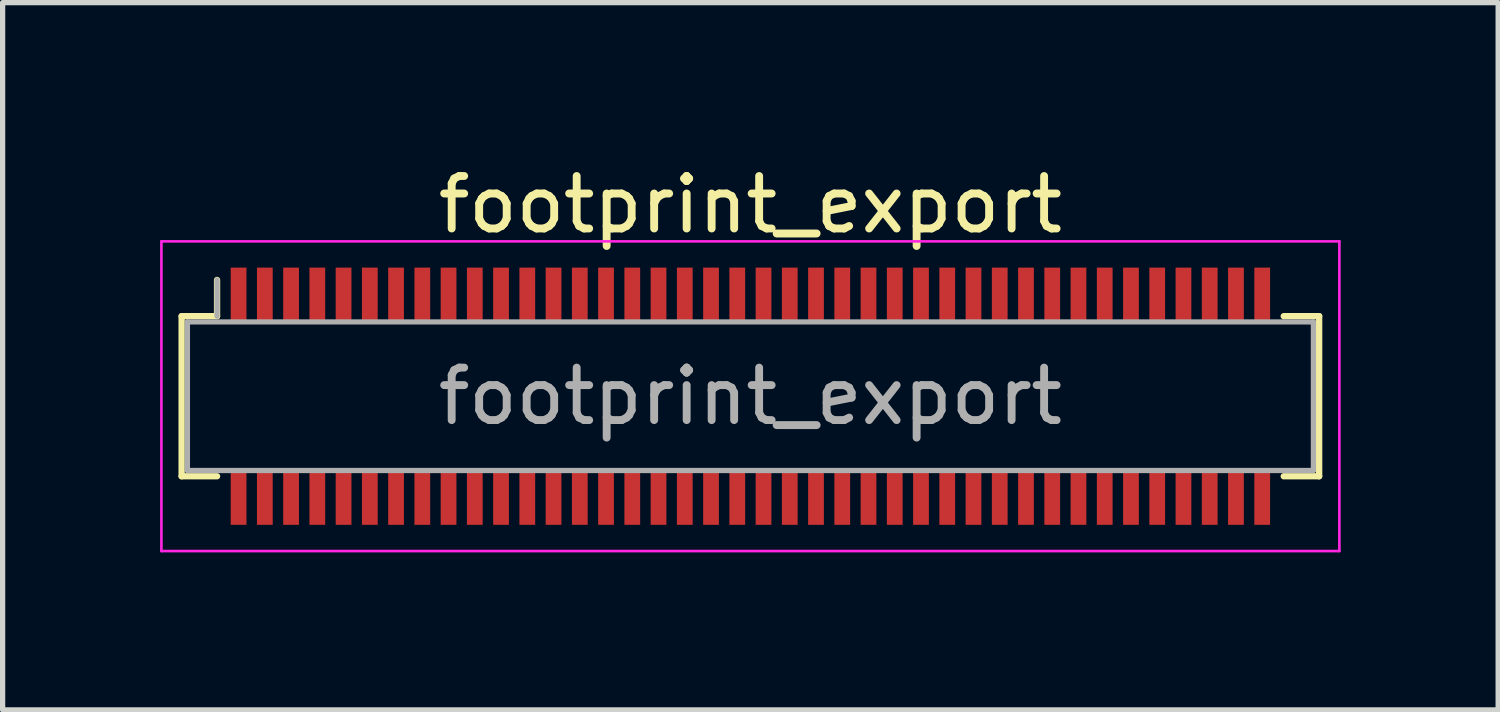
<source format=kicad_pcb>
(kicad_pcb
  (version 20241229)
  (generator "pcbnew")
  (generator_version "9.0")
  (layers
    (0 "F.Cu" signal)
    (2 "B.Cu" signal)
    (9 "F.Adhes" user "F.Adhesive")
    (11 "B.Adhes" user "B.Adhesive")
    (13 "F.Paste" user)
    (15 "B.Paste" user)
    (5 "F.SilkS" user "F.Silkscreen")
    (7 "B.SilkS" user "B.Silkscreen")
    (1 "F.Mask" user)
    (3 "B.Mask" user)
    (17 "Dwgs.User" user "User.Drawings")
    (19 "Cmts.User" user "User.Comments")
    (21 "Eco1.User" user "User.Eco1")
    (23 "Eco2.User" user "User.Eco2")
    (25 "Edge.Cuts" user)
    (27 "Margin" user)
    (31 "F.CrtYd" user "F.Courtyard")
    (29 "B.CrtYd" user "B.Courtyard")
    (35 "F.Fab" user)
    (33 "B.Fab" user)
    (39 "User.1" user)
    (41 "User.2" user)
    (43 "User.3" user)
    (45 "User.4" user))
  (footprint "footprint_export"
    (layer "F.Cu")
    (at 11.245 4.498)
    (property "Reference" "footprint_export" (at 0 -3.65 0) (layer "F.SilkS") (effects (font (size 1 1) (thickness 0.15))))
    (attr smd)
    (fp_line (start -10.835 -1.525) (end -10.16 -1.525) (stroke (width 0.12) (type solid)) (layer "F.SilkS"))
    (fp_line (start -10.835 1.525) (end -10.835 -1.525) (stroke (width 0.12) (type solid)) (layer "F.SilkS"))
    (fp_line (start -10.16 -1.525) (end -10.16 -2.215) (stroke (width 0.12) (type solid)) (layer "F.SilkS"))
    (fp_line (start -10.16 1.525) (end -10.835 1.525) (stroke (width 0.12) (type solid)) (layer "F.SilkS"))
    (fp_line (start 10.16 1.525) (end 10.835 1.525) (stroke (width 0.12) (type solid)) (layer "F.SilkS"))
    (fp_line (start 10.835 -1.525) (end 10.16 -1.525) (stroke (width 0.12) (type solid)) (layer "F.SilkS"))
    (fp_line (start 10.835 1.525) (end 10.835 -1.525) (stroke (width 0.12) (type solid)) (layer "F.SilkS"))
    (fp_line (start -11.22 -2.95) (end -11.22 2.95) (stroke (width 0.05) (type solid)) (layer "F.CrtYd"))
    (fp_line (start -11.22 2.95) (end 11.22 2.95) (stroke (width 0.05) (type solid)) (layer "F.CrtYd"))
    (fp_line (start 11.22 -2.95) (end -11.22 -2.95) (stroke (width 0.05) (type solid)) (layer "F.CrtYd"))
    (fp_line (start 11.22 2.95) (end 11.22 -2.95) (stroke (width 0.05) (type solid)) (layer "F.CrtYd"))
    (fp_line (start -10.725 -1.415) (end -10.725 1.415) (stroke (width 0.1) (type solid)) (layer "F.Fab"))
    (fp_line (start -10.725 1.415) (end 10.725 1.415) (stroke (width 0.1) (type solid)) (layer "F.Fab"))
    (fp_line (start -10.16 -1.525) (end -10.16 -2.215) (stroke (width 0.1) (type solid)) (layer "F.Fab"))
    (fp_line (start 10.725 -1.415) (end -10.725 -1.415) (stroke (width 0.1) (type solid)) (layer "F.Fab"))
    (fp_line (start 10.725 1.415) (end 10.725 -1.415) (stroke (width 0.1) (type solid)) (layer "F.Fab"))
    (fp_text user "${REFERENCE}" (at 0 0 0) (layer "F.Fab") (effects (font (size 1 1) (thickness 0.15))))
    (pad "1" smd rect (at -9.75 -1.95) (size 0.3 1) (layers "F.Cu" "F.Mask" "F.Paste"))
    (pad "2" smd rect (at -9.75 1.95) (size 0.3 1) (layers "F.Cu" "F.Mask" "F.Paste"))
    (pad "3" smd rect (at -9.25 -1.95) (size 0.3 1) (layers "F.Cu" "F.Mask" "F.Paste"))
    (pad "4" smd rect (at -9.25 1.95) (size 0.3 1) (layers "F.Cu" "F.Mask" "F.Paste"))
    (pad "5" smd rect (at -8.75 -1.95) (size 0.3 1) (layers "F.Cu" "F.Mask" "F.Paste"))
    (pad "6" smd rect (at -8.75 1.95) (size 0.3 1) (layers "F.Cu" "F.Mask" "F.Paste"))
    (pad "7" smd rect (at -8.25 -1.95) (size 0.3 1) (layers "F.Cu" "F.Mask" "F.Paste"))
    (pad "8" smd rect (at -8.25 1.95) (size 0.3 1) (layers "F.Cu" "F.Mask" "F.Paste"))
    (pad "9" smd rect (at -7.75 -1.95) (size 0.3 1) (layers "F.Cu" "F.Mask" "F.Paste"))
    (pad "10" smd rect (at -7.75 1.95) (size 0.3 1) (layers "F.Cu" "F.Mask" "F.Paste"))
    (pad "11" smd rect (at -7.25 -1.95) (size 0.3 1) (layers "F.Cu" "F.Mask" "F.Paste"))
    (pad "12" smd rect (at -7.25 1.95) (size 0.3 1) (layers "F.Cu" "F.Mask" "F.Paste"))
    (pad "13" smd rect (at -6.75 -1.95) (size 0.3 1) (layers "F.Cu" "F.Mask" "F.Paste"))
    (pad "14" smd rect (at -6.75 1.95) (size 0.3 1) (layers "F.Cu" "F.Mask" "F.Paste"))
    (pad "15" smd rect (at -6.25 -1.95) (size 0.3 1) (layers "F.Cu" "F.Mask" "F.Paste"))
    (pad "16" smd rect (at -6.25 1.95) (size 0.3 1) (layers "F.Cu" "F.Mask" "F.Paste"))
    (pad "17" smd rect (at -5.75 -1.95) (size 0.3 1) (layers "F.Cu" "F.Mask" "F.Paste"))
    (pad "18" smd rect (at -5.75 1.95) (size 0.3 1) (layers "F.Cu" "F.Mask" "F.Paste"))
    (pad "19" smd rect (at -5.25 -1.95) (size 0.3 1) (layers "F.Cu" "F.Mask" "F.Paste"))
    (pad "20" smd rect (at -5.25 1.95) (size 0.3 1) (layers "F.Cu" "F.Mask" "F.Paste"))
    (pad "21" smd rect (at -4.75 -1.95) (size 0.3 1) (layers "F.Cu" "F.Mask" "F.Paste"))
    (pad "22" smd rect (at -4.75 1.95) (size 0.3 1) (layers "F.Cu" "F.Mask" "F.Paste"))
    (pad "23" smd rect (at -4.25 -1.95) (size 0.3 1) (layers "F.Cu" "F.Mask" "F.Paste"))
    (pad "24" smd rect (at -4.25 1.95) (size 0.3 1) (layers "F.Cu" "F.Mask" "F.Paste"))
    (pad "25" smd rect (at -3.75 -1.95) (size 0.3 1) (layers "F.Cu" "F.Mask" "F.Paste"))
    (pad "26" smd rect (at -3.75 1.95) (size 0.3 1) (layers "F.Cu" "F.Mask" "F.Paste"))
    (pad "27" smd rect (at -3.25 -1.95) (size 0.3 1) (layers "F.Cu" "F.Mask" "F.Paste"))
    (pad "28" smd rect (at -3.25 1.95) (size 0.3 1) (layers "F.Cu" "F.Mask" "F.Paste"))
    (pad "29" smd rect (at -2.75 -1.95) (size 0.3 1) (layers "F.Cu" "F.Mask" "F.Paste"))
    (pad "30" smd rect (at -2.75 1.95) (size 0.3 1) (layers "F.Cu" "F.Mask" "F.Paste"))
    (pad "31" smd rect (at -2.25 -1.95) (size 0.3 1) (layers "F.Cu" "F.Mask" "F.Paste"))
    (pad "32" smd rect (at -2.25 1.95) (size 0.3 1) (layers "F.Cu" "F.Mask" "F.Paste"))
    (pad "33" smd rect (at -1.75 -1.95) (size 0.3 1) (layers "F.Cu" "F.Mask" "F.Paste"))
    (pad "34" smd rect (at -1.75 1.95) (size 0.3 1) (layers "F.Cu" "F.Mask" "F.Paste"))
    (pad "35" smd rect (at -1.25 -1.95) (size 0.3 1) (layers "F.Cu" "F.Mask" "F.Paste"))
    (pad "36" smd rect (at -1.25 1.95) (size 0.3 1) (layers "F.Cu" "F.Mask" "F.Paste"))
    (pad "37" smd rect (at -0.75 -1.95) (size 0.3 1) (layers "F.Cu" "F.Mask" "F.Paste"))
    (pad "38" smd rect (at -0.75 1.95) (size 0.3 1) (layers "F.Cu" "F.Mask" "F.Paste"))
    (pad "39" smd rect (at -0.25 -1.95) (size 0.3 1) (layers "F.Cu" "F.Mask" "F.Paste"))
    (pad "40" smd rect (at -0.25 1.95) (size 0.3 1) (layers "F.Cu" "F.Mask" "F.Paste"))
    (pad "41" smd rect (at 0.25 -1.95) (size 0.3 1) (layers "F.Cu" "F.Mask" "F.Paste"))
    (pad "42" smd rect (at 0.25 1.95) (size 0.3 1) (layers "F.Cu" "F.Mask" "F.Paste"))
    (pad "43" smd rect (at 0.75 -1.95) (size 0.3 1) (layers "F.Cu" "F.Mask" "F.Paste"))
    (pad "44" smd rect (at 0.75 1.95) (size 0.3 1) (layers "F.Cu" "F.Mask" "F.Paste"))
    (pad "45" smd rect (at 1.25 -1.95) (size 0.3 1) (layers "F.Cu" "F.Mask" "F.Paste"))
    (pad "46" smd rect (at 1.25 1.95) (size 0.3 1) (layers "F.Cu" "F.Mask" "F.Paste"))
    (pad "47" smd rect (at 1.75 -1.95) (size 0.3 1) (layers "F.Cu" "F.Mask" "F.Paste"))
    (pad "48" smd rect (at 1.75 1.95) (size 0.3 1) (layers "F.Cu" "F.Mask" "F.Paste"))
    (pad "49" smd rect (at 2.25 -1.95) (size 0.3 1) (layers "F.Cu" "F.Mask" "F.Paste"))
    (pad "50" smd rect (at 2.25 1.95) (size 0.3 1) (layers "F.Cu" "F.Mask" "F.Paste"))
    (pad "51" smd rect (at 2.75 -1.95) (size 0.3 1) (layers "F.Cu" "F.Mask" "F.Paste"))
    (pad "52" smd rect (at 2.75 1.95) (size 0.3 1) (layers "F.Cu" "F.Mask" "F.Paste"))
    (pad "53" smd rect (at 3.25 -1.95) (size 0.3 1) (layers "F.Cu" "F.Mask" "F.Paste"))
    (pad "54" smd rect (at 3.25 1.95) (size 0.3 1) (layers "F.Cu" "F.Mask" "F.Paste"))
    (pad "55" smd rect (at 3.75 -1.95) (size 0.3 1) (layers "F.Cu" "F.Mask" "F.Paste"))
    (pad "56" smd rect (at 3.75 1.95) (size 0.3 1) (layers "F.Cu" "F.Mask" "F.Paste"))
    (pad "57" smd rect (at 4.25 -1.95) (size 0.3 1) (layers "F.Cu" "F.Mask" "F.Paste"))
    (pad "58" smd rect (at 4.25 1.95) (size 0.3 1) (layers "F.Cu" "F.Mask" "F.Paste"))
    (pad "59" smd rect (at 4.75 -1.95) (size 0.3 1) (layers "F.Cu" "F.Mask" "F.Paste"))
    (pad "60" smd rect (at 4.75 1.95) (size 0.3 1) (layers "F.Cu" "F.Mask" "F.Paste"))
    (pad "61" smd rect (at 5.25 -1.95) (size 0.3 1) (layers "F.Cu" "F.Mask" "F.Paste"))
    (pad "62" smd rect (at 5.25 1.95) (size 0.3 1) (layers "F.Cu" "F.Mask" "F.Paste"))
    (pad "63" smd rect (at 5.75 -1.95) (size 0.3 1) (layers "F.Cu" "F.Mask" "F.Paste"))
    (pad "64" smd rect (at 5.75 1.95) (size 0.3 1) (layers "F.Cu" "F.Mask" "F.Paste"))
    (pad "65" smd rect (at 6.25 -1.95) (size 0.3 1) (layers "F.Cu" "F.Mask" "F.Paste"))
    (pad "66" smd rect (at 6.25 1.95) (size 0.3 1) (layers "F.Cu" "F.Mask" "F.Paste"))
    (pad "67" smd rect (at 6.75 -1.95) (size 0.3 1) (layers "F.Cu" "F.Mask" "F.Paste"))
    (pad "68" smd rect (at 6.75 1.95) (size 0.3 1) (layers "F.Cu" "F.Mask" "F.Paste"))
    (pad "69" smd rect (at 7.25 -1.95) (size 0.3 1) (layers "F.Cu" "F.Mask" "F.Paste"))
    (pad "70" smd rect (at 7.25 1.95) (size 0.3 1) (layers "F.Cu" "F.Mask" "F.Paste"))
    (pad "71" smd rect (at 7.75 -1.95) (size 0.3 1) (layers "F.Cu" "F.Mask" "F.Paste"))
    (pad "72" smd rect (at 7.75 1.95) (size 0.3 1) (layers "F.Cu" "F.Mask" "F.Paste"))
    (pad "73" smd rect (at 8.25 -1.95) (size 0.3 1) (layers "F.Cu" "F.Mask" "F.Paste"))
    (pad "74" smd rect (at 8.25 1.95) (size 0.3 1) (layers "F.Cu" "F.Mask" "F.Paste"))
    (pad "75" smd rect (at 8.75 -1.95) (size 0.3 1) (layers "F.Cu" "F.Mask" "F.Paste"))
    (pad "76" smd rect (at 8.75 1.95) (size 0.3 1) (layers "F.Cu" "F.Mask" "F.Paste"))
    (pad "77" smd rect (at 9.25 -1.95) (size 0.3 1) (layers "F.Cu" "F.Mask" "F.Paste"))
    (pad "78" smd rect (at 9.25 1.95) (size 0.3 1) (layers "F.Cu" "F.Mask" "F.Paste"))
    (pad "79" smd rect (at 9.75 -1.95) (size 0.3 1) (layers "F.Cu" "F.Mask" "F.Paste"))
    (pad "80" smd rect (at 9.75 1.95) (size 0.3 1) (layers "F.Cu" "F.Mask" "F.Paste")))
  (gr_rect
    (start -3 -3)
    (end 25.49 10.473)
    (stroke (width 0.1) (type default))
    (fill no)
    (layer "Edge.Cuts")))
</source>
